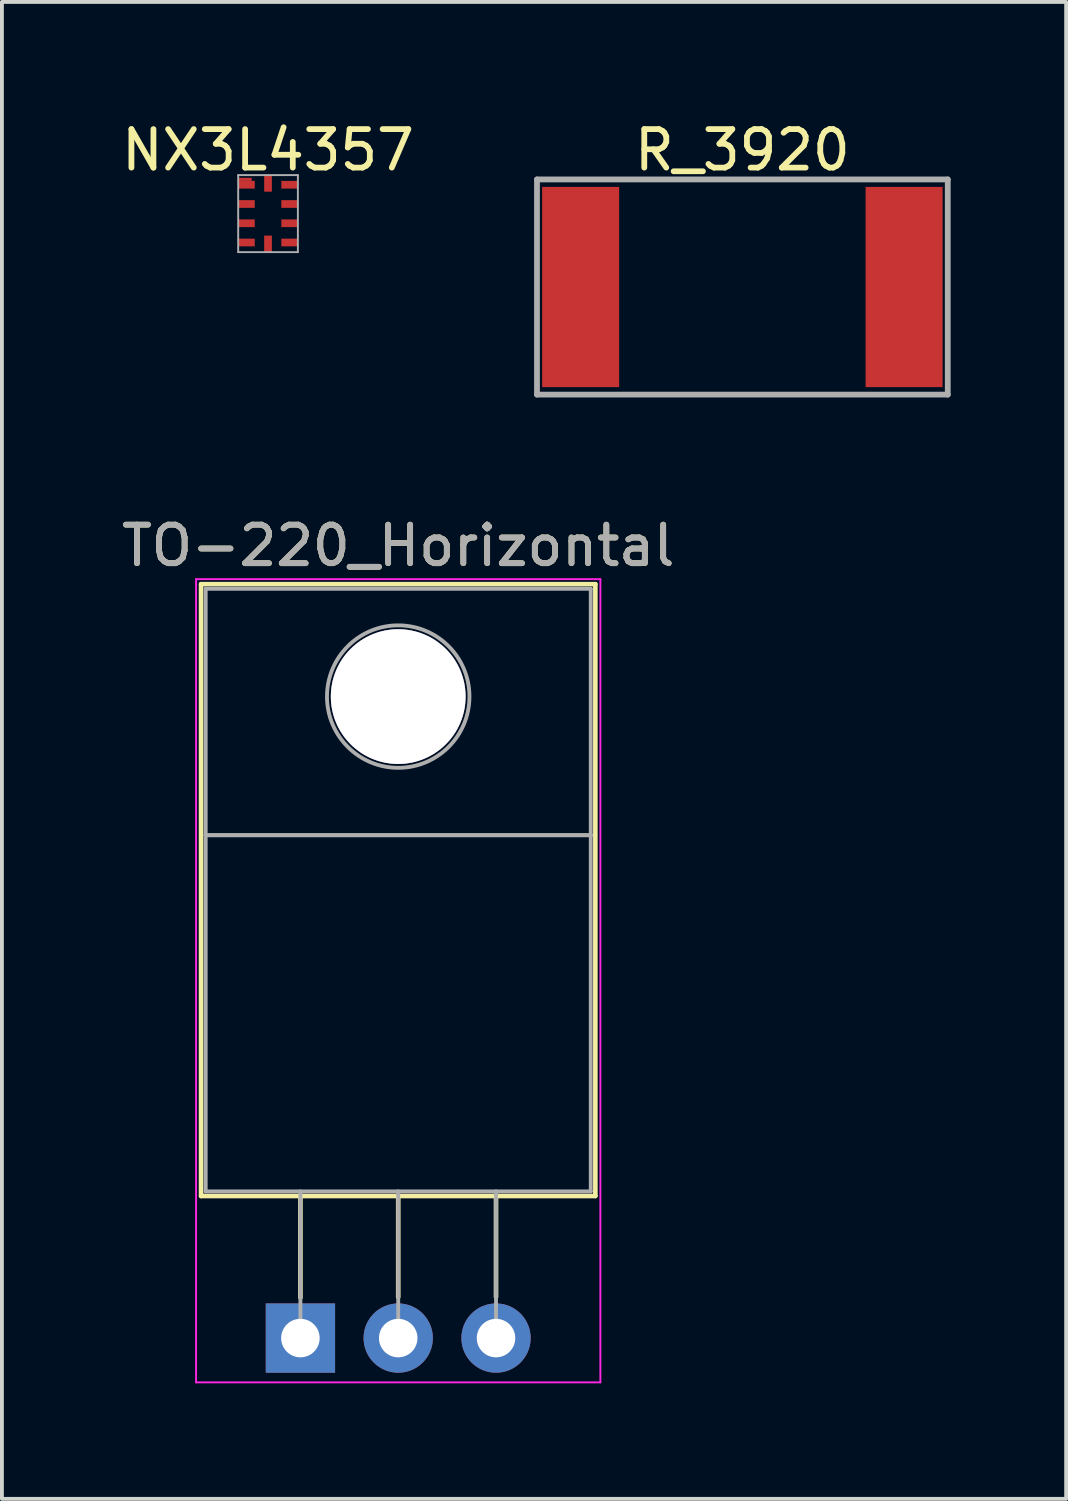
<source format=kicad_pcb>
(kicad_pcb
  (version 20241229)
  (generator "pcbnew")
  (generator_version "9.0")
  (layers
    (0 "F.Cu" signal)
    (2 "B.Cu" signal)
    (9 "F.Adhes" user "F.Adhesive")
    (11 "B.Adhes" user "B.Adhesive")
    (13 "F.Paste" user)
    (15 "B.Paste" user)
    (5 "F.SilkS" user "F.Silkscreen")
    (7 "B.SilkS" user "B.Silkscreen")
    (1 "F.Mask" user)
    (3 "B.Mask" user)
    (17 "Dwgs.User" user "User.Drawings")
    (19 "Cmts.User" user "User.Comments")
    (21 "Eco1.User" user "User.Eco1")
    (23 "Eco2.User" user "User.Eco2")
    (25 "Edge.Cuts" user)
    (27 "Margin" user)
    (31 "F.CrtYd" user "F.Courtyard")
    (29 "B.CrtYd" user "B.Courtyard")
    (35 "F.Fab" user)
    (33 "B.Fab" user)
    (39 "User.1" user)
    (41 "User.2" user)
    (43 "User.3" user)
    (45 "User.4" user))
  (footprint "NX3L4357"
    (layer "F.Cu")
    (at 3.911 2.498)
    (property "Reference" "NX3L4357" (at 0 -1.65 0) (layer "F.SilkS") (effects (font (size 1 1) (thickness 0.15))))
    (attr through_hole)
    (fp_line (start -0.775 -1) (end -0.775 1) (stroke (width 0.05) (type solid)) (layer "F.Fab"))
    (fp_line (start -0.775 -1) (end 0.775 -1) (stroke (width 0.05) (type solid)) (layer "F.Fab"))
    (fp_line (start -0.775 1) (end 0.775 1) (stroke (width 0.05) (type solid)) (layer "F.Fab"))
    (fp_line (start 0.775 -1) (end 0.775 1) (stroke (width 0.05) (type solid)) (layer "F.Fab"))
    (pad "1" smd rect (at -0.6 -0.89) (size 0.35 0.08) (layers "F.Cu" "F.Mask" "F.Paste"))
    (pad "1" smd rect (at -0.56 -0.75) (size 0.43 0.2) (layers "F.Cu" "F.Mask" "F.Paste"))
    (pad "2" smd rect (at -0.56 -0.25) (size 0.43 0.2) (layers "F.Cu" "F.Mask" "F.Paste"))
    (pad "3" smd rect (at -0.56 0.25) (size 0.43 0.2) (layers "F.Cu" "F.Mask" "F.Paste"))
    (pad "4" smd rect (at -0.56 0.75) (size 0.43 0.2) (layers "F.Cu" "F.Mask" "F.Paste"))
    (pad "5" smd rect (at 0 0.785) (size 0.2 0.43) (layers "F.Cu" "F.Mask" "F.Paste"))
    (pad "6" smd rect (at 0.56 0.75) (size 0.43 0.2) (layers "F.Cu" "F.Mask" "F.Paste"))
    (pad "7" smd rect (at 0.56 0.25) (size 0.43 0.2) (layers "F.Cu" "F.Mask" "F.Paste"))
    (pad "8" smd rect (at 0.56 -0.25) (size 0.43 0.2) (layers "F.Cu" "F.Mask" "F.Paste"))
    (pad "9" smd rect (at 0.56 -0.75) (size 0.43 0.2) (layers "F.Cu" "F.Mask" "F.Paste"))
    (pad "10" smd rect (at 0 -0.785) (size 0.2 0.43) (layers "F.Cu" "F.Mask" "F.Paste")))
  (footprint "R_3920"
    (layer "F.Cu")
    (at 16.23 4.404)
    (property "Reference" "R_3920" (at 0 -3.556 0) (layer "F.SilkS") (effects (font (size 1 1) (thickness 0.15))))
    (attr through_hole)
    (fp_line (start -5.334 -2.794) (end -5.334 2.794) (stroke (width 0.15) (type solid)) (layer "F.Fab"))
    (fp_line (start -5.334 2.794) (end 5.334 2.794) (stroke (width 0.15) (type solid)) (layer "F.Fab"))
    (fp_line (start 5.334 -2.794) (end -5.334 -2.794) (stroke (width 0.15) (type solid)) (layer "F.Fab"))
    (fp_line (start 5.334 2.794) (end 5.334 -2.794) (stroke (width 0.15) (type solid)) (layer "F.Fab"))
    (pad "1" smd rect (at 4.2 0) (size 2 5.2) (layers "F.Cu" "F.Mask" "F.Paste"))
    (pad "2" smd rect (at -4.2 0) (size 2 5.2) (layers "F.Cu" "F.Mask" "F.Paste")))
  (footprint "TO-220_Horizontal"
    (layer "F.Cu")
    (at 4.752 31.701)
    (property "Reference" "TO-220_Horizontal" (at 2.54 -20.58 0) (layer "F.SilkS") (effects (font (size 1 1) (thickness 0.15))))
    (attr through_hole)
    (fp_line (start -2.58 -19.58) (end -2.58 -3.69) (stroke (width 0.12) (type solid)) (layer "F.SilkS"))
    (fp_line (start -2.58 -19.58) (end 7.66 -19.58) (stroke (width 0.12) (type solid)) (layer "F.SilkS"))
    (fp_line (start -2.58 -3.69) (end 7.66 -3.69) (stroke (width 0.12) (type solid)) (layer "F.SilkS"))
    (fp_line (start 0 -3.69) (end 0 -1.05) (stroke (width 0.12) (type solid)) (layer "F.SilkS"))
    (fp_line (start 2.54 -3.69) (end 2.54 -1.066) (stroke (width 0.12) (type solid)) (layer "F.SilkS"))
    (fp_line (start 5.08 -3.69) (end 5.08 -1.066) (stroke (width 0.12) (type solid)) (layer "F.SilkS"))
    (fp_line (start 7.66 -19.58) (end 7.66 -3.69) (stroke (width 0.12) (type solid)) (layer "F.SilkS"))
    (fp_line (start -2.71 -19.71) (end -2.71 1.15) (stroke (width 0.05) (type solid)) (layer "F.CrtYd"))
    (fp_line (start -2.71 1.15) (end 7.79 1.15) (stroke (width 0.05) (type solid)) (layer "F.CrtYd"))
    (fp_line (start 7.79 -19.71) (end -2.71 -19.71) (stroke (width 0.05) (type solid)) (layer "F.CrtYd"))
    (fp_line (start 7.79 1.15) (end 7.79 -19.71) (stroke (width 0.05) (type solid)) (layer "F.CrtYd"))
    (fp_line (start -2.46 -19.46) (end 7.54 -19.46) (stroke (width 0.1) (type solid)) (layer "F.Fab"))
    (fp_line (start -2.46 -13.06) (end -2.46 -19.46) (stroke (width 0.1) (type solid)) (layer "F.Fab"))
    (fp_line (start -2.46 -13.06) (end 7.54 -13.06) (stroke (width 0.1) (type solid)) (layer "F.Fab"))
    (fp_line (start -2.46 -3.81) (end -2.46 -13.06) (stroke (width 0.1) (type solid)) (layer "F.Fab"))
    (fp_line (start 0 -3.81) (end 0 0) (stroke (width 0.1) (type solid)) (layer "F.Fab"))
    (fp_line (start 2.54 -3.81) (end 2.54 0) (stroke (width 0.1) (type solid)) (layer "F.Fab"))
    (fp_line (start 5.08 -3.81) (end 5.08 0) (stroke (width 0.1) (type solid)) (layer "F.Fab"))
    (fp_line (start 7.54 -19.46) (end 7.54 -13.06) (stroke (width 0.1) (type solid)) (layer "F.Fab"))
    (fp_line (start 7.54 -13.06) (end -2.46 -13.06) (stroke (width 0.1) (type solid)) (layer "F.Fab"))
    (fp_line (start 7.54 -13.06) (end 7.54 -3.81) (stroke (width 0.1) (type solid)) (layer "F.Fab"))
    (fp_line (start 7.54 -3.81) (end -2.46 -3.81) (stroke (width 0.1) (type solid)) (layer "F.Fab"))
    (fp_circle (center 2.54 -16.66) (end 4.39 -16.66) (stroke (width 0.1) (type solid)) (fill no) (layer "F.Fab"))
    (fp_text user "${REFERENCE}" (at 2.54 -20.58 0) (layer "F.Fab") (effects (font (size 1 1) (thickness 0.15))))
    (pad "1" thru_hole rect (at 0 0) (size 1.8 1.8) (drill 1) (layers "*.Cu" "*.Mask"))
    (pad "2" thru_hole oval (at 2.54 0) (size 1.8 1.8) (drill 1) (layers "*.Cu" "*.Mask"))
    (pad "3" thru_hole oval (at 5.08 0) (size 1.8 1.8) (drill 1) (layers "*.Cu" "*.Mask"))
    (pad "4" thru_hole oval (at 2.54 -16.66) (size 3.5 3.5) (drill 3.5) (layers "*.Cu" "*.Mask")))
  (gr_rect
    (start -3 -3)
    (end 24.639 35.877)
    (stroke (width 0.1) (type default))
    (fill no)
    (layer "Edge.Cuts")))
</source>
